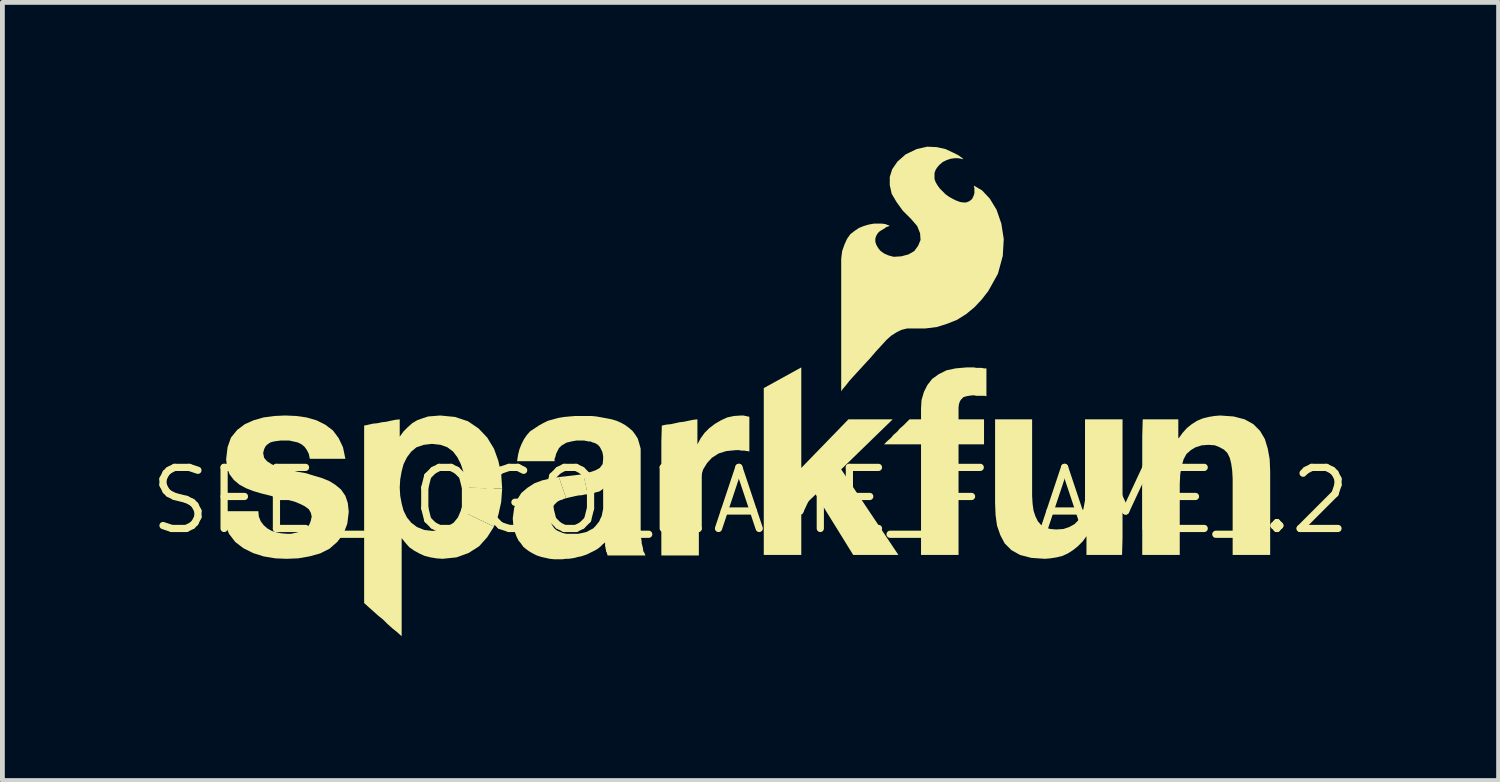
<source format=kicad_pcb>
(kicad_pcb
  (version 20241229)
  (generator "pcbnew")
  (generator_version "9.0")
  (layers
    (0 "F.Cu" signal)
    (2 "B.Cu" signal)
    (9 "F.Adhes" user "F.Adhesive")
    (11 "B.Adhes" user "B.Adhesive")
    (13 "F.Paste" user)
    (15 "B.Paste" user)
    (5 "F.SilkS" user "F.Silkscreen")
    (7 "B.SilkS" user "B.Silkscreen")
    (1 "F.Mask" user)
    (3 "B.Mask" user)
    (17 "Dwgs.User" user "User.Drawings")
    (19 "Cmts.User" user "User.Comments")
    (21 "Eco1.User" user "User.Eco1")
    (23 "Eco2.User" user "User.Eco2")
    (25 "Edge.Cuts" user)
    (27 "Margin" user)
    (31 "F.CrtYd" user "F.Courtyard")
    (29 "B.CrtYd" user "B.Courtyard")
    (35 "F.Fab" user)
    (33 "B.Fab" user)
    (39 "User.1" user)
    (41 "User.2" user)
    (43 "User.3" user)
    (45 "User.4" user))
  (footprint "SFE_LOGO_NAME_FLAME_.2"
    (layer "F.Cu")
    (at 12.556 7.359)
    (property "Reference" "SFE_LOGO_NAME_FLAME_.2" (at 0 0 0) (layer "F.SilkS") (effects (font (size 1.27 1.27) (thickness 0.15))))
    (attr through_hole)
    (fp_poly (pts (xy -6.024 0.211) (xy -5.974 0.061) (xy -5.954 -0.099) (xy -5.944 -0.269) (xy -5.164 -0.249) (xy -5.184 0.031) (xy -5.244 0.301) (xy -5.334 0.541)) (stroke (width 0) (type solid)) (fill yes) (layer "F.SilkS"))
    (fp_poly (pts (xy 0.276 -2.339) (xy 1.056 -2.769) (xy 1.056 -0.679) (xy 2.036 -1.689) (xy 2.956 -1.689) (xy 1.886 -0.649) (xy 3.076 1.131) (xy 2.136 1.131) (xy 1.356 -0.129) (xy 1.056 0.161) (xy 1.056 1.131) (xy 0.276 1.131)) (stroke (width 0) (type solid)) (fill yes) (layer "F.SilkS"))
    (fp_poly (pts (xy -3.984 -0.489) (xy -3.804 -0.509) (xy -3.634 -0.529) (xy -3.474 -0.549) (xy -3.384 -0.129) (xy -3.434 -0.129) (xy -3.474 -0.119) (xy -3.524 -0.109) (xy -3.564 -0.109) (xy -3.664 -0.089) (xy -3.704 -0.079) (xy -3.754 -0.069) (xy -3.834 -0.049)) (stroke (width 0) (type solid)) (fill yes) (layer "F.SilkS"))
    (fp_poly (pts (xy 7.726 1.131) (xy 6.986 1.131) (xy 6.986 0.741) (xy 6.906 0.851) (xy 6.806 0.951) (xy 6.706 1.031) (xy 6.596 1.101) (xy 6.486 1.151) (xy 6.366 1.181) (xy 6.236 1.201) (xy 6.116 1.211) (xy 5.836 1.191) (xy 5.606 1.131) (xy 5.426 1.031) (xy 5.286 0.891) (xy 5.196 0.721) (xy 5.126 0.521) (xy 5.096 0.301) (xy 5.086 0.051) (xy 5.086 -1.689) (xy 5.856 -1.689) (xy 5.856 -0.099) (xy 5.866 0.071) (xy 5.886 0.211) (xy 5.926 0.331) (xy 5.976 0.431) (xy 6.036 0.501) (xy 6.126 0.561) (xy 6.236 0.591) (xy 6.356 0.601) (xy 6.506 0.591) (xy 6.626 0.551) (xy 6.736 0.491) (xy 6.816 0.411) (xy 6.876 0.301) (xy 6.926 0.161) (xy 6.956 -0.009) (xy 6.956 -1.689) (xy 7.736 -1.689) (xy 7.736 0.781)) (stroke (width 0) (type solid)) (fill yes) (layer "F.SilkS"))
    (fp_poly (pts (xy -1.844 -1.559) (xy -1.754 -1.579) (xy -1.654 -1.589) (xy -1.474 -1.629) (xy -1.384 -1.639) (xy -1.294 -1.659) (xy -1.194 -1.679) (xy -1.104 -1.689) (xy -1.104 -1.169) (xy -1.034 -1.299) (xy -0.954 -1.409) (xy -0.854 -1.509) (xy -0.734 -1.599) (xy -0.614 -1.669) (xy -0.484 -1.729) (xy -0.344 -1.759) (xy -0.194 -1.769) (xy -0.134 -1.769) (xy -0.114 -1.759) (xy -0.094 -1.759) (xy -0.064 -1.749) (xy -0.044 -1.749) (xy -0.024 -1.739) (xy -0.024 -1.019) (xy -0.054 -1.029) (xy -0.084 -1.029) (xy -0.124 -1.039) (xy -0.194 -1.039) (xy -0.234 -1.049) (xy -0.304 -1.049) (xy -0.504 -1.029) (xy -0.664 -0.979) (xy -0.804 -0.889) (xy -0.904 -0.779) (xy -0.984 -0.649) (xy -1.034 -0.489) (xy -1.064 -0.319) (xy -1.074 -0.139) (xy -1.074 1.141) (xy -1.854 1.141) (xy -1.854 -1.219)) (stroke (width 0) (type solid)) (fill yes) (layer "F.SilkS"))
    (fp_poly (pts (xy 3.546 -1.169) (xy 2.776 -1.169) (xy 2.846 -1.239) (xy 2.916 -1.299) (xy 2.976 -1.369) (xy 3.046 -1.429) (xy 3.106 -1.499) (xy 3.176 -1.559) (xy 3.306 -1.689) (xy 3.546 -1.689) (xy 3.546 -1.909) (xy 3.556 -2.089) (xy 3.606 -2.259) (xy 3.676 -2.399) (xy 3.776 -2.529) (xy 3.916 -2.629) (xy 4.076 -2.709) (xy 4.266 -2.749) (xy 4.496 -2.769) (xy 4.646 -2.769) (xy 4.696 -2.759) (xy 4.806 -2.759) (xy 4.856 -2.749) (xy 4.906 -2.749) (xy 4.906 -2.169) (xy 4.866 -2.179) (xy 4.686 -2.179) (xy 4.656 -2.189) (xy 4.616 -2.189) (xy 4.546 -2.179) (xy 4.486 -2.169) (xy 4.426 -2.149) (xy 4.386 -2.109) (xy 4.356 -2.069) (xy 4.336 -2.009) (xy 4.326 -1.939) (xy 4.326 -1.689) (xy 4.856 -1.689) (xy 4.856 -1.169) (xy 4.326 -1.169) (xy 4.326 1.131) (xy 3.546 1.131)) (stroke (width 0) (type solid)) (fill yes) (layer "F.SilkS"))
    (fp_poly (pts (xy 8.156 -1.689) (xy 8.896 -1.689) (xy 8.896 -1.299) (xy 8.906 -1.299) (xy 8.986 -1.409) (xy 9.076 -1.509) (xy 9.176 -1.589) (xy 9.286 -1.659) (xy 9.406 -1.709) (xy 9.526 -1.739) (xy 9.646 -1.759) (xy 9.766 -1.769) (xy 10.046 -1.749) (xy 10.276 -1.689) (xy 10.456 -1.589) (xy 10.596 -1.449) (xy 10.696 -1.279) (xy 10.756 -1.079) (xy 10.796 -0.859) (xy 10.806 -0.609) (xy 10.806 1.131) (xy 10.026 1.131) (xy 10.026 -0.459) (xy 10.016 -0.629) (xy 9.996 -0.769) (xy 9.966 -0.889) (xy 9.916 -0.989) (xy 9.846 -1.059) (xy 9.756 -1.109) (xy 9.656 -1.149) (xy 9.526 -1.159) (xy 9.386 -1.149) (xy 9.256 -1.109) (xy 9.156 -1.049) (xy 9.066 -0.969) (xy 9.006 -0.859) (xy 8.966 -0.719) (xy 8.936 -0.549) (xy 8.926 -0.349) (xy 8.926 1.131) (xy 8.146 1.131) (xy 8.146 -1.339)) (stroke (width 0) (type solid)) (fill yes) (layer "F.SilkS"))
    (fp_poly (pts (xy -5.334 0.541) (xy -5.474 0.761) (xy -5.644 0.951) (xy -5.864 1.091) (xy -6.114 1.181) (xy -6.404 1.211) (xy -6.534 1.201) (xy -6.654 1.181) (xy -6.774 1.151) (xy -6.884 1.101) (xy -6.994 1.041) (xy -7.094 0.971) (xy -7.174 0.881) (xy -7.254 0.781) (xy -7.254 2.821) (xy -7.354 2.731) (xy -7.454 2.651) (xy -7.554 2.561) (xy -7.644 2.471) (xy -7.744 2.391) (xy -7.844 2.301) (xy -7.934 2.221) (xy -8.034 2.131) (xy -8.034 -1.559) (xy -7.854 -1.599) (xy -7.754 -1.609) (xy -7.664 -1.629) (xy -7.574 -1.639) (xy -7.484 -1.659) (xy -7.384 -1.679) (xy -7.294 -1.689) (xy -7.294 -1.329) (xy -7.214 -1.439) (xy -7.124 -1.529) (xy -7.034 -1.609) (xy -6.934 -1.669) (xy -6.824 -1.709) (xy -6.704 -1.749) (xy -6.574 -1.759) (xy -6.454 -1.769) (xy -6.144 -1.739) (xy -5.874 -1.649) (xy -5.654 -1.499) (xy -5.474 -1.309) (xy -5.334 -1.079) (xy -5.244 -0.829) (xy -5.184 -0.549) (xy -5.164 -0.249) (xy -5.944 -0.269) (xy -5.954 -0.439) (xy -5.974 -0.609) (xy -6.024 -0.759) (xy -6.094 -0.899) (xy -6.184 -1.019) (xy -6.304 -1.109) (xy -6.444 -1.159) (xy -6.624 -1.179) (xy -6.794 -1.159) (xy -6.944 -1.109) (xy -7.054 -1.019) (xy -7.144 -0.899) (xy -7.214 -0.759) (xy -7.254 -0.609) (xy -7.284 -0.439) (xy -7.294 -0.269) (xy -7.284 -0.099) (xy -7.254 0.061) (xy -7.214 0.211) (xy -7.144 0.351) (xy -7.054 0.461) (xy -6.934 0.551) (xy -6.784 0.611) (xy -6.614 0.631) (xy -6.434 0.611) (xy -6.294 0.551) (xy -6.174 0.461) (xy -6.084 0.351) (xy -6.024 0.211)) (stroke (width 0) (type solid)) (fill yes) (layer "F.SilkS"))
    (fp_poly (pts (xy -10.234 0.221) (xy -10.224 0.331) (xy -10.184 0.431) (xy -10.124 0.511) (xy -10.044 0.581) (xy -9.954 0.631) (xy -9.854 0.661) (xy -9.754 0.681) (xy -9.634 0.691) (xy -9.554 0.691) (xy -9.464 0.671) (xy -9.384 0.651) (xy -9.304 0.611) (xy -9.234 0.571) (xy -9.174 0.501) (xy -9.144 0.421) (xy -9.124 0.331) (xy -9.144 0.251) (xy -9.184 0.181) (xy -9.264 0.121) (xy -9.364 0.071) (xy -9.484 0.021) (xy -9.634 -0.019) (xy -9.814 -0.059) (xy -10.174 -0.149) (xy -10.344 -0.199) (xy -10.494 -0.259) (xy -10.624 -0.329) (xy -10.744 -0.429) (xy -10.834 -0.549) (xy -10.884 -0.689) (xy -10.904 -0.859) (xy -10.874 -1.109) (xy -10.804 -1.309) (xy -10.674 -1.469) (xy -10.514 -1.589) (xy -10.334 -1.669) (xy -10.124 -1.729) (xy -9.904 -1.759) (xy -9.674 -1.769) (xy -9.444 -1.759) (xy -9.234 -1.729) (xy -9.024 -1.669) (xy -8.844 -1.579) (xy -8.684 -1.459) (xy -8.564 -1.299) (xy -8.474 -1.109) (xy -8.424 -0.869) (xy -9.164 -0.869) (xy -9.184 -0.969) (xy -9.224 -1.049) (xy -9.274 -1.119) (xy -9.334 -1.169) (xy -9.414 -1.209) (xy -9.594 -1.249) (xy -9.764 -1.249) (xy -9.844 -1.239) (xy -9.914 -1.229) (xy -9.984 -1.209) (xy -10.044 -1.169) (xy -10.084 -1.129) (xy -10.114 -1.069) (xy -10.134 -0.989) (xy -10.114 -0.889) (xy -10.054 -0.819) (xy -9.964 -0.759) (xy -9.854 -0.709) (xy -9.724 -0.669) (xy -9.574 -0.639) (xy -9.414 -0.599) (xy -9.244 -0.569) (xy -9.084 -0.519) (xy -8.914 -0.469) (xy -8.764 -0.409) (xy -8.634 -0.329) (xy -8.514 -0.229) (xy -8.424 -0.099) (xy -8.374 0.051) (xy -8.354 0.231) (xy -8.384 0.481) (xy -8.464 0.691) (xy -8.594 0.861) (xy -8.754 1.001) (xy -8.954 1.101) (xy -9.174 1.161) (xy -9.404 1.201) (xy -9.644 1.211) (xy -9.884 1.201) (xy -10.124 1.161) (xy -10.344 1.091) (xy -10.544 0.991) (xy -10.714 0.861) (xy -10.844 0.691) (xy -10.934 0.471) (xy -10.974 0.221)) (stroke (width 0) (type solid)) (fill yes) (layer "F.SilkS"))
    (fp_poly (pts (xy 4.646 -6.549) (xy 4.646 -6.529) (xy 4.656 -6.499) (xy 4.656 -6.389) (xy 4.636 -6.329) (xy 4.606 -6.269) (xy 4.556 -6.229) (xy 4.486 -6.199) (xy 4.426 -6.199) (xy 4.356 -6.209) (xy 4.276 -6.239) (xy 4.196 -6.279) (xy 4.126 -6.319) (xy 4.056 -6.369) (xy 3.936 -6.489) (xy 3.886 -6.559) (xy 3.846 -6.629) (xy 3.826 -6.689) (xy 3.826 -6.809) (xy 3.846 -6.869) (xy 3.876 -6.919) (xy 3.926 -6.979) (xy 3.996 -7.039) (xy 4.076 -7.079) (xy 4.166 -7.109) (xy 4.246 -7.119) (xy 4.316 -7.119) (xy 4.376 -7.109) (xy 4.416 -7.099) (xy 4.426 -7.099) (xy 4.406 -7.119) (xy 4.326 -7.179) (xy 4.206 -7.239) (xy 4.056 -7.309) (xy 3.876 -7.349) (xy 3.676 -7.359) (xy 3.456 -7.309) (xy 3.226 -7.199) (xy 3.056 -7.049) (xy 2.946 -6.889) (xy 2.896 -6.729) (xy 2.896 -6.559) (xy 2.936 -6.379) (xy 3.036 -6.209) (xy 3.166 -6.029) (xy 3.336 -5.859) (xy 3.466 -5.709) (xy 3.526 -5.559) (xy 3.536 -5.419) (xy 3.486 -5.299) (xy 3.406 -5.189) (xy 3.286 -5.119) (xy 3.136 -5.079) (xy 2.976 -5.069) (xy 2.866 -5.099) (xy 2.776 -5.139) (xy 2.706 -5.189) (xy 2.656 -5.249) (xy 2.616 -5.319) (xy 2.596 -5.379) (xy 2.596 -5.449) (xy 2.616 -5.509) (xy 2.646 -5.559) (xy 2.686 -5.599) (xy 2.786 -5.659) (xy 2.826 -5.689) (xy 2.866 -5.699) (xy 2.896 -5.719) (xy 2.906 -5.719) (xy 2.886 -5.719) (xy 2.856 -5.729) (xy 2.806 -5.749) (xy 2.736 -5.759) (xy 2.566 -5.759) (xy 2.456 -5.739) (xy 2.356 -5.709) (xy 2.256 -5.669) (xy 2.166 -5.609) (xy 2.076 -5.539) (xy 2.006 -5.439) (xy 1.956 -5.329) (xy 1.906 -5.189) (xy 1.886 -5.029) (xy 1.886 -2.269) (xy 1.896 -2.289) (xy 1.926 -2.329) (xy 1.986 -2.399) (xy 2.056 -2.489) (xy 2.146 -2.589) (xy 2.366 -2.829) (xy 2.486 -2.959) (xy 2.606 -3.099) (xy 2.726 -3.229) (xy 2.826 -3.339) (xy 2.926 -3.429) (xy 3.036 -3.499) (xy 3.136 -3.549) (xy 3.256 -3.579) (xy 3.636 -3.579) (xy 3.876 -3.609) (xy 4.096 -3.679) (xy 4.296 -3.759) (xy 4.486 -3.879) (xy 4.656 -4.019) (xy 4.806 -4.179) (xy 4.946 -4.359) (xy 5.146 -4.719) (xy 5.246 -5.089) (xy 5.266 -5.439) (xy 5.216 -5.759) (xy 5.116 -6.049) (xy 4.976 -6.279) (xy 4.816 -6.449)) (stroke (width 0) (type solid)) (fill yes) (layer "F.SilkS"))
    (fp_poly (pts (xy -3.834 -0.049) (xy -3.874 -0.039) (xy -3.914 -0.019) (xy -3.954 -0.009) (xy -3.994 0.011) (xy -4.024 0.031) (xy -4.084 0.091) (xy -4.124 0.151) (xy -4.144 0.191) (xy -4.154 0.231) (xy -4.164 0.281) (xy -4.164 0.381) (xy -4.154 0.431) (xy -4.144 0.471) (xy -4.124 0.511) (xy -4.084 0.571) (xy -4.054 0.601) (xy -4.024 0.621) (xy -3.984 0.641) (xy -3.954 0.651) (xy -3.914 0.671) (xy -3.874 0.681) (xy -3.824 0.691) (xy -3.584 0.691) (xy -3.484 0.671) (xy -3.404 0.651) (xy -3.334 0.611) (xy -3.274 0.581) (xy -3.224 0.531) (xy -3.144 0.431) (xy -3.124 0.381) (xy -3.094 0.321) (xy -3.064 0.171) (xy -3.064 -0.249) (xy -3.084 -0.229) (xy -3.144 -0.189) (xy -3.224 -0.169) (xy -3.254 -0.159) (xy -3.304 -0.149) (xy -3.384 -0.129) (xy -3.474 -0.549) (xy -3.344 -0.589) (xy -3.224 -0.629) (xy -3.134 -0.679) (xy -3.074 -0.759) (xy -3.064 -0.859) (xy -3.064 -0.919) (xy -3.074 -0.979) (xy -3.084 -1.019) (xy -3.124 -1.099) (xy -3.144 -1.129) (xy -3.174 -1.159) (xy -3.204 -1.179) (xy -3.244 -1.199) (xy -3.284 -1.209) (xy -3.324 -1.229) (xy -3.364 -1.229) (xy -3.464 -1.249) (xy -3.614 -1.249) (xy -3.674 -1.239) (xy -3.724 -1.229) (xy -3.764 -1.219) (xy -3.814 -1.209) (xy -3.854 -1.189) (xy -3.884 -1.169) (xy -3.924 -1.149) (xy -3.984 -1.089) (xy -4.044 -0.969) (xy -4.054 -0.919) (xy -4.074 -0.869) (xy -4.074 -0.819) (xy -4.854 -0.819) (xy -4.834 -0.949) (xy -4.804 -1.069) (xy -4.764 -1.169) (xy -4.714 -1.269) (xy -4.654 -1.359) (xy -4.584 -1.439) (xy -4.404 -1.559) (xy -4.314 -1.609) (xy -4.214 -1.659) (xy -3.994 -1.719) (xy -3.874 -1.739) (xy -3.764 -1.749) (xy -3.644 -1.759) (xy -3.304 -1.759) (xy -3.204 -1.749) (xy -2.984 -1.709) (xy -2.884 -1.689) (xy -2.784 -1.659) (xy -2.694 -1.619) (xy -2.604 -1.569) (xy -2.524 -1.509) (xy -2.454 -1.449) (xy -2.394 -1.369) (xy -2.344 -1.289) (xy -2.314 -1.189) (xy -2.284 -1.079) (xy -2.284 0.611) (xy -2.274 0.661) (xy -2.274 0.791) (xy -2.264 0.841) (xy -2.264 0.881) (xy -2.234 1.001) (xy -2.234 1.031) (xy -2.224 1.061) (xy -2.204 1.091) (xy -2.194 1.121) (xy -2.184 1.141) (xy -2.974 1.141) (xy -2.974 1.121) (xy -2.984 1.111) (xy -2.984 1.091) (xy -2.994 1.071) (xy -3.004 1.061) (xy -3.004 1.021) (xy -3.014 1.011) (xy -3.014 0.971) (xy -3.024 0.951) (xy -3.024 0.871) (xy -3.074 0.911) (xy -3.124 0.961) (xy -3.174 1.001) (xy -3.224 1.031) (xy -3.404 1.121) (xy -3.524 1.161) (xy -3.584 1.171) (xy -3.654 1.191) (xy -3.714 1.201) (xy -3.784 1.211) (xy -3.844 1.211) (xy -3.914 1.221) (xy -4.074 1.221) (xy -4.174 1.211) (xy -4.354 1.171) (xy -4.444 1.141) (xy -4.524 1.101) (xy -4.594 1.061) (xy -4.664 1.011) (xy -4.724 0.961) (xy -4.774 0.891) (xy -4.824 0.831) (xy -4.864 0.751) (xy -4.894 0.671) (xy -4.924 0.571) (xy -4.934 0.481) (xy -4.944 0.371) (xy -4.914 0.151) (xy -4.854 -0.019) (xy -4.764 -0.159) (xy -4.634 -0.269) (xy -4.494 -0.359) (xy -4.334 -0.419) (xy -4.164 -0.459) (xy -3.984 -0.489)) (stroke (width 0) (type solid)) (fill yes) (layer "F.SilkS")))
  (gr_rect
    (start -3 -3)
    (end 28.112 13.18)
    (stroke (width 0.1) (type default))
    (fill no)
    (layer "Edge.Cuts")))
</source>
